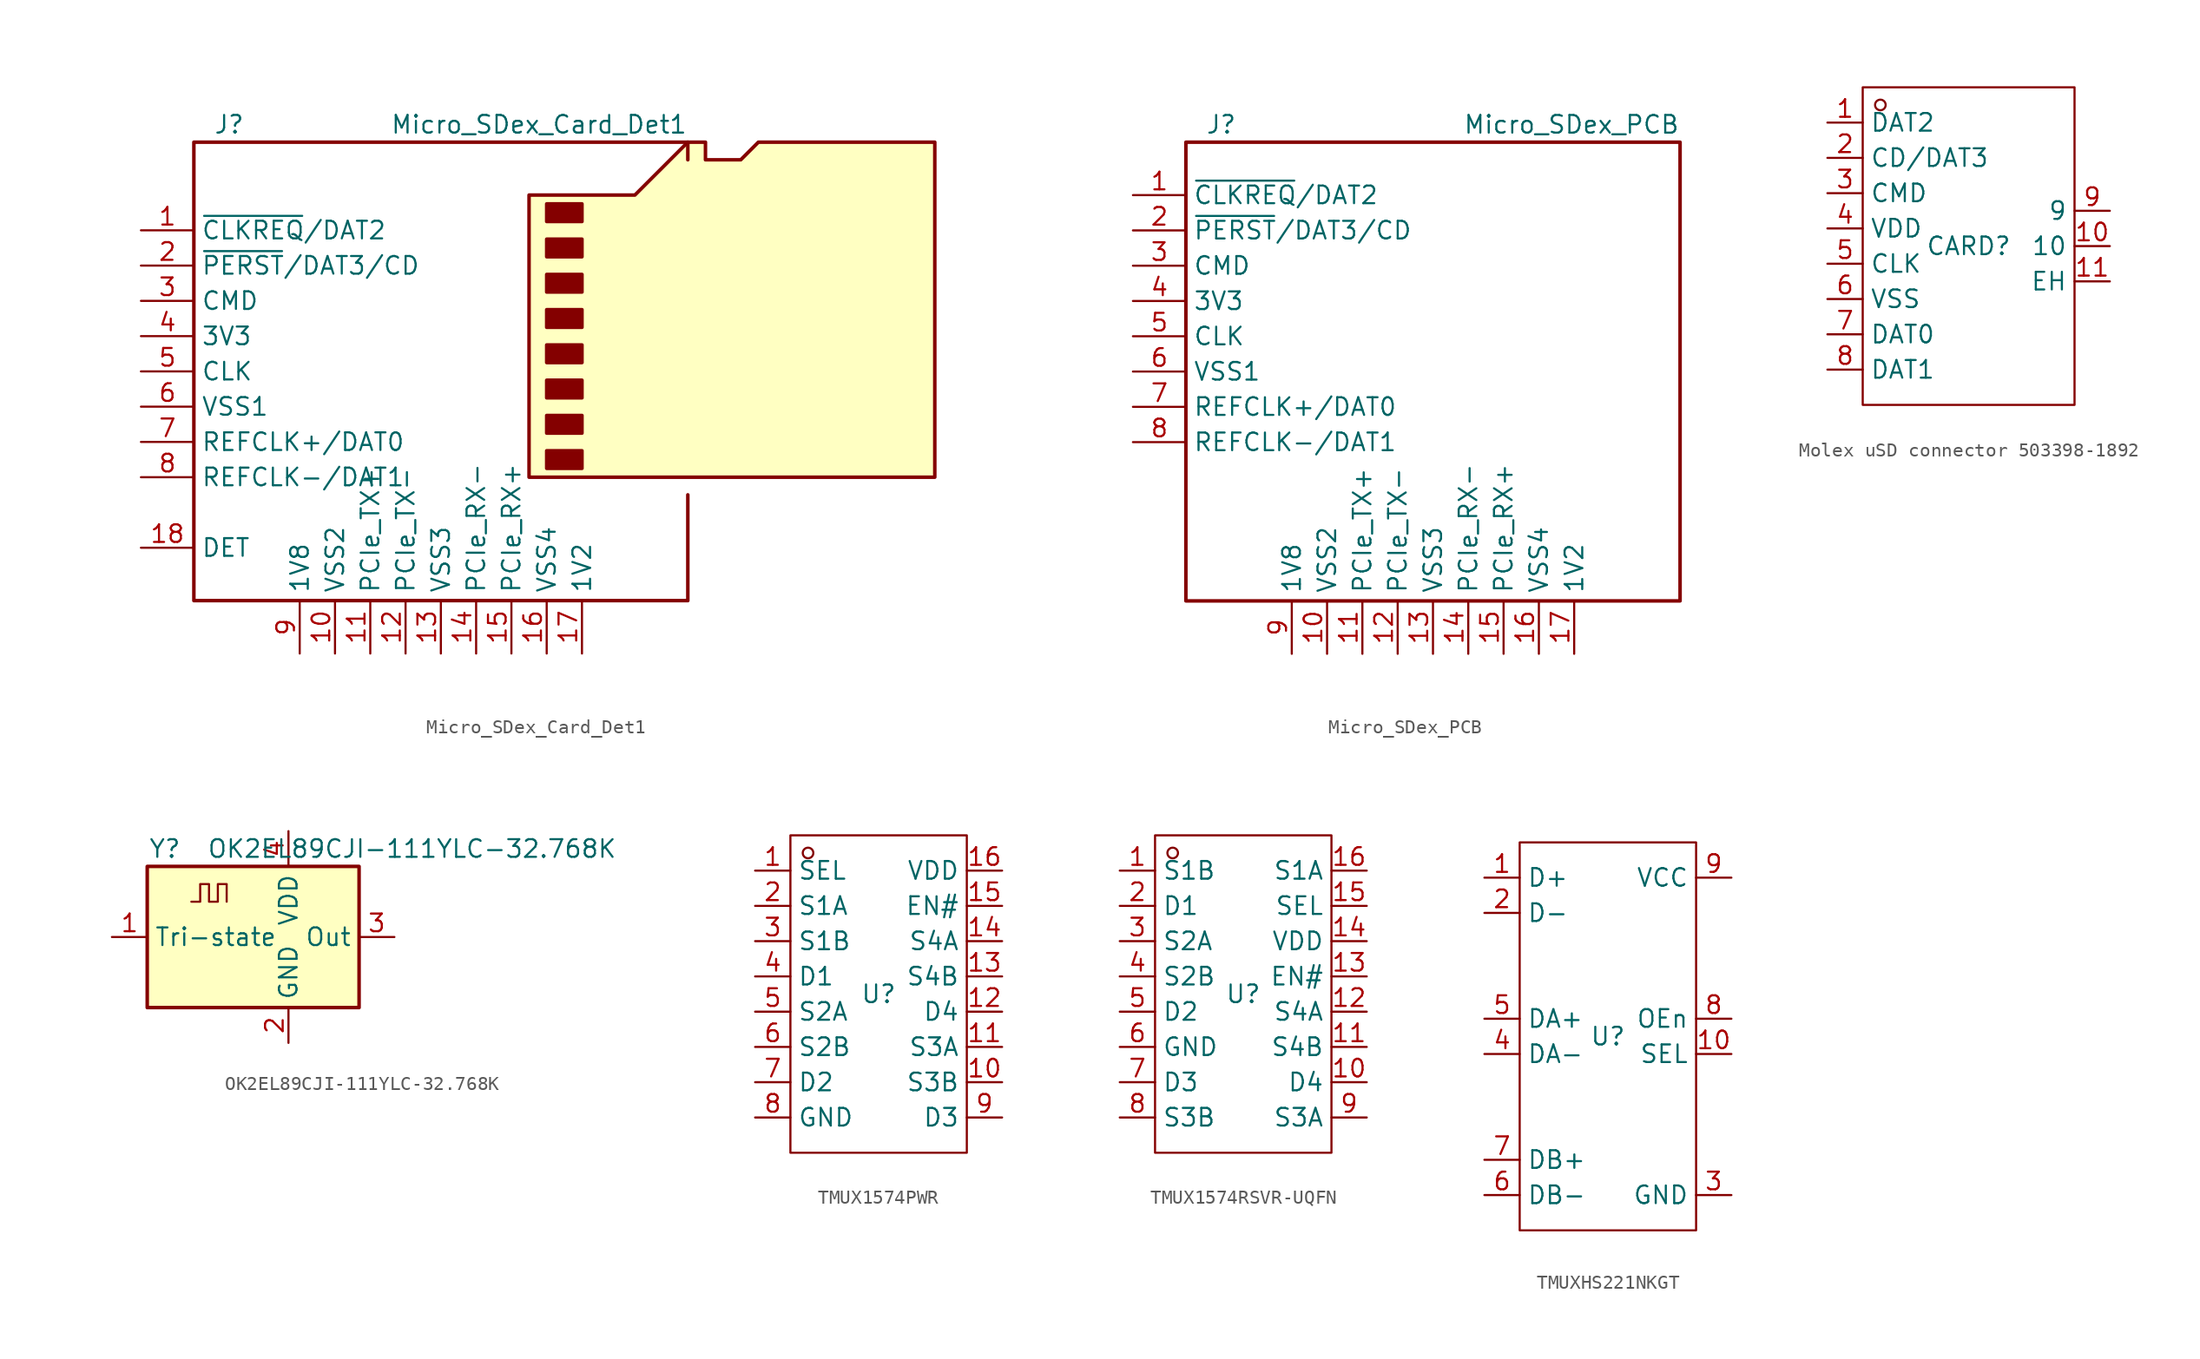
<source format=kicad_sym>
(kicad_symbol_lib
  (version 20241209)
  (generator "kicad_symbol_editor")
  (generator_version "9.0")
  (symbol "Micro_SDex_Card_Det1"
    (property "Reference" "J"
      (at -16.51 17.78 0)
      (effects (font (size 1.27 1.27))))
    (property "Value" "Micro_SDex_Card_Det1"
      (at 16.51 17.78 0)
      (effects (font (size 1.27 1.27)) (justify right)))
    (symbol "Micro_SDex_Card_Det1_0_1"
      (polyline (pts (xy 5.08 -7.62) (xy 5.08 12.7) (xy 12.7 12.7) (xy 16.51 16.51) (xy 17.78 16.51) (xy 17.78 15.24) (xy 20.32 15.24) (xy 21.59 16.51) (xy 34.29 16.51) (xy 34.29 -7.62) (xy 5.08 -7.62)) (stroke (width 0.254) (type default)) (fill (type background)))
      (rectangle (start 6.35 12.065) (end 8.89 10.795) (stroke (width 0.254) (type default)) (fill (type outline)))
      (rectangle (start 6.35 9.525) (end 8.89 8.255) (stroke (width 0.254) (type default)) (fill (type outline)))
      (rectangle (start 6.35 6.985) (end 8.89 5.715) (stroke (width 0.254) (type default)) (fill (type outline)))
      (rectangle (start 6.35 4.445) (end 8.89 3.175) (stroke (width 0.254) (type default)) (fill (type outline)))
      (rectangle (start 6.35 1.905) (end 8.89 0.635) (stroke (width 0.254) (type default)) (fill (type outline)))
      (rectangle (start 6.35 -0.635) (end 8.89 -1.905) (stroke (width 0.254) (type default)) (fill (type outline)))
      (rectangle (start 6.35 -3.175) (end 8.89 -4.445) (stroke (width 0.254) (type default)) (fill (type outline)))
      (rectangle (start 6.35 -5.715) (end 8.89 -6.985) (stroke (width 0.254) (type default)) (fill (type outline)))
      (polyline (pts (xy 16.51 15.24) (xy 16.51 16.51) (xy -19.05 16.51) (xy -19.05 -16.51) (xy 16.51 -16.51) (xy 16.51 -8.89)) (stroke (width 0.254) (type default)) (fill (type none))))
    (symbol "Micro_SDex_Card_Det1_1_1"
      (pin bidirectional line (at -22.86 10.16 0) (length 3.81) (name "~{CLKREQ}/DAT2" (effects (font (size 1.27 1.27)))) (number "1" (effects (font (size 1.27 1.27)))))
      (pin bidirectional line (at -22.86 7.62 0) (length 3.81) (name "~{PERST}/DAT3/CD" (effects (font (size 1.27 1.27)))) (number "2" (effects (font (size 1.27 1.27)))))
      (pin input line (at -22.86 5.08 0) (length 3.81) (name "CMD" (effects (font (size 1.27 1.27)))) (number "3" (effects (font (size 1.27 1.27)))))
      (pin power_in line (at -22.86 2.54 0) (length 3.81) (name "3V3" (effects (font (size 1.27 1.27)))) (number "4" (effects (font (size 1.27 1.27)))))
      (pin input line (at -22.86 0 0) (length 3.81) (name "CLK" (effects (font (size 1.27 1.27)))) (number "5" (effects (font (size 1.27 1.27)))))
      (pin power_in line (at -22.86 -2.54 0) (length 3.81) (name "VSS1" (effects (font (size 1.27 1.27)))) (number "6" (effects (font (size 1.27 1.27)))))
      (pin bidirectional line (at -22.86 -5.08 0) (length 3.81) (name "REFCLK+/DAT0" (effects (font (size 1.27 1.27)))) (number "7" (effects (font (size 1.27 1.27)))))
      (pin bidirectional line (at -22.86 -7.62 0) (length 3.81) (name "REFCLK-/DAT1" (effects (font (size 1.27 1.27)))) (number "8" (effects (font (size 1.27 1.27)))))
      (pin passive line (at -22.86 -12.7 0) (length 3.81) (name "DET" (effects (font (size 1.27 1.27)))) (number "18" (effects (font (size 1.27 1.27)))))
      (pin power_in line (at -11.43 -20.32 90) (length 3.81) (name "1V8" (effects (font (size 1.27 1.27)))) (number "9" (effects (font (size 1.27 1.27)))))
      (pin power_in line (at -8.89 -20.32 90) (length 3.81) (name "VSS2" (effects (font (size 1.27 1.27)))) (number "10" (effects (font (size 1.27 1.27)))))
      (pin input line (at -6.35 -20.32 90) (length 3.81) (name "PCIe_TX+" (effects (font (size 1.27 1.27)))) (number "11" (effects (font (size 1.27 1.27)))))
      (pin input line (at -3.81 -20.32 90) (length 3.81) (name "PCIe_TX-" (effects (font (size 1.27 1.27)))) (number "12" (effects (font (size 1.27 1.27)))))
      (pin power_in line (at -1.27 -20.32 90) (length 3.81) (name "VSS3" (effects (font (size 1.27 1.27)))) (number "13" (effects (font (size 1.27 1.27)))))
      (pin output line (at 1.27 -20.32 90) (length 3.81) (name "PCIe_RX-" (effects (font (size 1.27 1.27)))) (number "14" (effects (font (size 1.27 1.27)))))
      (pin output line (at 3.81 -20.32 90) (length 3.81) (name "PCIe_RX+" (effects (font (size 1.27 1.27)))) (number "15" (effects (font (size 1.27 1.27)))))
      (pin power_in line (at 6.35 -20.32 90) (length 3.81) (name "VSS4" (effects (font (size 1.27 1.27)))) (number "16" (effects (font (size 1.27 1.27)))))
      (pin power_in line (at 8.89 -20.32 90) (length 3.81) (name "1V2" (effects (font (size 1.27 1.27)))) (number "17" (effects (font (size 1.27 1.27)))))))
  (symbol "Micro_SDex_PCB"
    (property "Reference" "J"
      (at -16.51 17.78 0)
      (effects (font (size 1.27 1.27))))
    (property "Value" "Micro_SDex_PCB"
      (at 16.51 17.78 0)
      (effects (font (size 1.27 1.27)) (justify right)))
    (symbol "Micro_SDex_PCB_0_1"
      (polyline (pts (xy 16.51 -8.89) (xy 16.51 16.51) (xy -19.05 16.51) (xy -19.05 -16.51) (xy 16.51 -16.51) (xy 16.51 -8.89)) (stroke (width 0.254) (type default)) (fill (type none))))
    (symbol "Micro_SDex_PCB_1_1"
      (pin bidirectional line (at -22.86 12.7 0) (length 3.81) (name "~{CLKREQ}/DAT2" (effects (font (size 1.27 1.27)))) (number "1" (effects (font (size 1.27 1.27)))))
      (pin bidirectional line (at -22.86 10.16 0) (length 3.81) (name "~{PERST}/DAT3/CD" (effects (font (size 1.27 1.27)))) (number "2" (effects (font (size 1.27 1.27)))))
      (pin output line (at -22.86 7.62 0) (length 3.81) (name "CMD" (effects (font (size 1.27 1.27)))) (number "3" (effects (font (size 1.27 1.27)))))
      (pin power_out line (at -22.86 5.08 0) (length 3.81) (name "3V3" (effects (font (size 1.27 1.27)))) (number "4" (effects (font (size 1.27 1.27)))))
      (pin output line (at -22.86 2.54 0) (length 3.81) (name "CLK" (effects (font (size 1.27 1.27)))) (number "5" (effects (font (size 1.27 1.27)))))
      (pin power_out line (at -22.86 0 0) (length 3.81) (name "VSS1" (effects (font (size 1.27 1.27)))) (number "6" (effects (font (size 1.27 1.27)))))
      (pin bidirectional line (at -22.86 -2.54 0) (length 3.81) (name "REFCLK+/DAT0" (effects (font (size 1.27 1.27)))) (number "7" (effects (font (size 1.27 1.27)))))
      (pin bidirectional line (at -22.86 -5.08 0) (length 3.81) (name "REFCLK-/DAT1" (effects (font (size 1.27 1.27)))) (number "8" (effects (font (size 1.27 1.27)))))
      (pin power_out line (at -11.43 -20.32 90) (length 3.81) (name "1V8" (effects (font (size 1.27 1.27)))) (number "9" (effects (font (size 1.27 1.27)))))
      (pin passive line (at -8.89 -20.32 90) (length 3.81) (name "VSS2" (effects (font (size 1.27 1.27)))) (number "10" (effects (font (size 1.27 1.27)))))
      (pin output line (at -6.35 -20.32 90) (length 3.81) (name "PCIe_TX+" (effects (font (size 1.27 1.27)))) (number "11" (effects (font (size 1.27 1.27)))))
      (pin output line (at -3.81 -20.32 90) (length 3.81) (name "PCIe_TX-" (effects (font (size 1.27 1.27)))) (number "12" (effects (font (size 1.27 1.27)))))
      (pin passive line (at -1.27 -20.32 90) (length 3.81) (name "VSS3" (effects (font (size 1.27 1.27)))) (number "13" (effects (font (size 1.27 1.27)))))
      (pin input line (at 1.27 -20.32 90) (length 3.81) (name "PCIe_RX-" (effects (font (size 1.27 1.27)))) (number "14" (effects (font (size 1.27 1.27)))))
      (pin input line (at 3.81 -20.32 90) (length 3.81) (name "PCIe_RX+" (effects (font (size 1.27 1.27)))) (number "15" (effects (font (size 1.27 1.27)))))
      (pin passive line (at 6.35 -20.32 90) (length 3.81) (name "VSS4" (effects (font (size 1.27 1.27)))) (number "16" (effects (font (size 1.27 1.27)))))
      (pin power_out line (at 8.89 -20.32 90) (length 3.81) (name "1V2" (effects (font (size 1.27 1.27)))) (number "17" (effects (font (size 1.27 1.27)))))))
  (symbol "Molex uSD connector 503398-1892"
    (property "Reference" "CARD"
      (at 0 0 0)
      (effects (font (size 1.27 1.27))))
    (property "Value" ""
      (at 0 0 0)
      (effects (font (size 1.27 1.27))))
    (symbol "Molex uSD connector 503398-1892_1_0"
      (rectangle (start -7.62 -11.43) (end 7.62 11.43) (stroke (width 0) (type default)) (fill (type none)))
      (circle (center -6.35 10.16) (radius 0.381) (stroke (width 0) (type default)) (fill (type none)))
      (pin bidirectional line (at -10.16 8.89 0) (length 2.54) (name "DAT2" (effects (font (size 1.27 1.27)))) (number "1" (effects (font (size 1.27 1.27)))))
      (pin bidirectional line (at -10.16 6.35 0) (length 2.54) (name "CD/DAT3" (effects (font (size 1.27 1.27)))) (number "2" (effects (font (size 1.27 1.27)))))
      (pin input line (at -10.16 3.81 0) (length 2.54) (name "CMD" (effects (font (size 1.27 1.27)))) (number "3" (effects (font (size 1.27 1.27)))))
      (pin power_in line (at -10.16 1.27 0) (length 2.54) (name "VDD" (effects (font (size 1.27 1.27)))) (number "4" (effects (font (size 1.27 1.27)))))
      (pin input line (at -10.16 -1.27 0) (length 2.54) (name "CLK" (effects (font (size 1.27 1.27)))) (number "5" (effects (font (size 1.27 1.27)))))
      (pin power_in line (at -10.16 -3.81 0) (length 2.54) (name "VSS" (effects (font (size 1.27 1.27)))) (number "6" (effects (font (size 1.27 1.27)))))
      (pin bidirectional line (at -10.16 -6.35 0) (length 2.54) (name "DAT0" (effects (font (size 1.27 1.27)))) (number "7" (effects (font (size 1.27 1.27)))))
      (pin bidirectional line (at -10.16 -8.89 0) (length 2.54) (name "DAT1" (effects (font (size 1.27 1.27)))) (number "8" (effects (font (size 1.27 1.27)))))
      (pin passive line (at 10.16 2.54 180) (length 2.54) (name "9" (effects (font (size 1.27 1.27)))) (number "9" (effects (font (size 1.27 1.27)))))
      (pin passive line (at 10.16 0 180) (length 2.54) (name "10" (effects (font (size 1.27 1.27)))) (number "10" (effects (font (size 1.27 1.27)))))
      (pin passive line (at 10.16 -2.54 180) (length 2.54) (name "EH" (effects (font (size 1.27 1.27)))) (number "11" (effects (font (size 1.27 1.27)))))))
  (symbol "OK2EL89CJI-111YLC-32.768K"
    (property "Reference" "Y"
      (at -6.35 6.35 0)
      (effects (font (size 1.27 1.27))))
    (property "Value" "OK2EL89CJI-111YLC-32.768K"
      (at 11.43 6.35 0)
      (effects (font (size 1.27 1.27))))
    (symbol "OK2EL89CJI-111YLC-32.768K_1_1"
      (rectangle (start -7.62 5.08) (end 7.62 -5.08) (stroke (width 0.254) (type default)) (fill (type background)))
      (polyline (pts (xy -4.445 2.54) (xy -3.81 2.54) (xy -3.81 3.81) (xy -3.175 3.81) (xy -3.175 2.54) (xy -2.54 2.54) (xy -2.54 3.81) (xy -1.905 3.81) (xy -1.905 2.54)) (stroke (width 0) (type default)) (fill (type none)))
      (pin input line (at -10.16 0 0) (length 2.54) (name "Tri-state" (effects (font (size 1.27 1.27)))) (number "1" (effects (font (size 1.27 1.27)))))
      (pin power_in line (at 2.54 7.62 270) (length 2.54) (name "VDD" (effects (font (size 1.27 1.27)))) (number "4" (effects (font (size 1.27 1.27)))))
      (pin power_in line (at 2.54 -7.62 90) (length 2.54) (name "GND" (effects (font (size 1.27 1.27)))) (number "2" (effects (font (size 1.27 1.27)))))
      (pin output line (at 10.16 0 180) (length 2.54) (name "Out" (effects (font (size 1.27 1.27)))) (number "3" (effects (font (size 1.27 1.27)))))))
  (symbol "TMUX1574PWR"
    (property "Reference" "U"
      (at 0 0 0)
      (effects (font (size 1.27 1.27))))
    (property "Value" ""
      (at 0 0 0)
      (effects (font (size 1.27 1.27))))
    (symbol "TMUX1574PWR_1_0"
      (rectangle (start -6.35 -11.43) (end 6.35 11.43) (stroke (width 0) (type default)) (fill (type none)))
      (circle (center -5.08 10.16) (radius 0.381) (stroke (width 0) (type default)) (fill (type none)))
      (pin input line (at -8.89 8.89 0) (length 2.54) (name "SEL" (effects (font (size 1.27 1.27)))) (number "1" (effects (font (size 1.27 1.27)))))
      (pin bidirectional line (at -8.89 6.35 0) (length 2.54) (name "S1A" (effects (font (size 1.27 1.27)))) (number "2" (effects (font (size 1.27 1.27)))))
      (pin bidirectional line (at -8.89 3.81 0) (length 2.54) (name "S1B" (effects (font (size 1.27 1.27)))) (number "3" (effects (font (size 1.27 1.27)))))
      (pin bidirectional line (at -8.89 1.27 0) (length 2.54) (name "D1" (effects (font (size 1.27 1.27)))) (number "4" (effects (font (size 1.27 1.27)))))
      (pin bidirectional line (at -8.89 -1.27 0) (length 2.54) (name "S2A" (effects (font (size 1.27 1.27)))) (number "5" (effects (font (size 1.27 1.27)))))
      (pin bidirectional line (at -8.89 -3.81 0) (length 2.54) (name "S2B" (effects (font (size 1.27 1.27)))) (number "6" (effects (font (size 1.27 1.27)))))
      (pin bidirectional line (at -8.89 -6.35 0) (length 2.54) (name "D2" (effects (font (size 1.27 1.27)))) (number "7" (effects (font (size 1.27 1.27)))))
      (pin power_in line (at -8.89 -8.89 0) (length 2.54) (name "GND" (effects (font (size 1.27 1.27)))) (number "8" (effects (font (size 1.27 1.27)))))
      (pin power_in line (at 8.89 8.89 180) (length 2.54) (name "VDD" (effects (font (size 1.27 1.27)))) (number "16" (effects (font (size 1.27 1.27)))))
      (pin input line (at 8.89 6.35 180) (length 2.54) (name "EN#" (effects (font (size 1.27 1.27)))) (number "15" (effects (font (size 1.27 1.27)))))
      (pin bidirectional line (at 8.89 3.81 180) (length 2.54) (name "S4A" (effects (font (size 1.27 1.27)))) (number "14" (effects (font (size 1.27 1.27)))))
      (pin bidirectional line (at 8.89 1.27 180) (length 2.54) (name "S4B" (effects (font (size 1.27 1.27)))) (number "13" (effects (font (size 1.27 1.27)))))
      (pin bidirectional line (at 8.89 -1.27 180) (length 2.54) (name "D4" (effects (font (size 1.27 1.27)))) (number "12" (effects (font (size 1.27 1.27)))))
      (pin bidirectional line (at 8.89 -3.81 180) (length 2.54) (name "S3A" (effects (font (size 1.27 1.27)))) (number "11" (effects (font (size 1.27 1.27)))))
      (pin bidirectional line (at 8.89 -6.35 180) (length 2.54) (name "S3B" (effects (font (size 1.27 1.27)))) (number "10" (effects (font (size 1.27 1.27)))))
      (pin bidirectional line (at 8.89 -8.89 180) (length 2.54) (name "D3" (effects (font (size 1.27 1.27)))) (number "9" (effects (font (size 1.27 1.27)))))))
  (symbol "TMUX1574RSVR-UQFN"
    (property "Reference" "U"
      (at 0 0 0)
      (effects (font (size 1.27 1.27))))
    (property "Value" ""
      (at 0 0 0)
      (effects (font (size 1.27 1.27))))
    (symbol "TMUX1574RSVR-UQFN_1_0"
      (rectangle (start -6.35 -11.43) (end 6.35 11.43) (stroke (width 0) (type default)) (fill (type none)))
      (circle (center -5.08 10.16) (radius 0.381) (stroke (width 0) (type default)) (fill (type none)))
      (pin bidirectional line (at -8.89 8.89 0) (length 2.54) (name "S1B" (effects (font (size 1.27 1.27)))) (number "1" (effects (font (size 1.27 1.27)))))
      (pin bidirectional line (at -8.89 6.35 0) (length 2.54) (name "D1" (effects (font (size 1.27 1.27)))) (number "2" (effects (font (size 1.27 1.27)))))
      (pin bidirectional line (at -8.89 3.81 0) (length 2.54) (name "S2A" (effects (font (size 1.27 1.27)))) (number "3" (effects (font (size 1.27 1.27)))))
      (pin bidirectional line (at -8.89 1.27 0) (length 2.54) (name "S2B" (effects (font (size 1.27 1.27)))) (number "4" (effects (font (size 1.27 1.27)))))
      (pin bidirectional line (at -8.89 -1.27 0) (length 2.54) (name "D2" (effects (font (size 1.27 1.27)))) (number "5" (effects (font (size 1.27 1.27)))))
      (pin power_in line (at -8.89 -3.81 0) (length 2.54) (name "GND" (effects (font (size 1.27 1.27)))) (number "6" (effects (font (size 1.27 1.27)))))
      (pin bidirectional line (at -8.89 -6.35 0) (length 2.54) (name "D3" (effects (font (size 1.27 1.27)))) (number "7" (effects (font (size 1.27 1.27)))))
      (pin bidirectional line (at -8.89 -8.89 0) (length 2.54) (name "S3B" (effects (font (size 1.27 1.27)))) (number "8" (effects (font (size 1.27 1.27)))))
      (pin bidirectional line (at 8.89 8.89 180) (length 2.54) (name "S1A" (effects (font (size 1.27 1.27)))) (number "16" (effects (font (size 1.27 1.27)))))
      (pin input line (at 8.89 6.35 180) (length 2.54) (name "SEL" (effects (font (size 1.27 1.27)))) (number "15" (effects (font (size 1.27 1.27)))))
      (pin power_in line (at 8.89 3.81 180) (length 2.54) (name "VDD" (effects (font (size 1.27 1.27)))) (number "14" (effects (font (size 1.27 1.27)))))
      (pin input line (at 8.89 1.27 180) (length 2.54) (name "EN#" (effects (font (size 1.27 1.27)))) (number "13" (effects (font (size 1.27 1.27)))))
      (pin bidirectional line (at 8.89 -1.27 180) (length 2.54) (name "S4A" (effects (font (size 1.27 1.27)))) (number "12" (effects (font (size 1.27 1.27)))))
      (pin bidirectional line (at 8.89 -3.81 180) (length 2.54) (name "S4B" (effects (font (size 1.27 1.27)))) (number "11" (effects (font (size 1.27 1.27)))))
      (pin bidirectional line (at 8.89 -6.35 180) (length 2.54) (name "D4" (effects (font (size 1.27 1.27)))) (number "10" (effects (font (size 1.27 1.27)))))
      (pin bidirectional line (at 8.89 -8.89 180) (length 2.54) (name "S3A" (effects (font (size 1.27 1.27)))) (number "9" (effects (font (size 1.27 1.27)))))))
  (symbol "TMUXHS221NKGT"
    (property "Reference" "U"
      (at 0 0 0)
      (effects (font (size 1.27 1.27))))
    (property "Value" ""
      (at 0 0 0)
      (effects (font (size 1.27 1.27))))
    (symbol "TMUXHS221NKGT_1_0"
      (rectangle (start -6.35 13.97) (end 6.35 -13.97) (stroke (width 0) (type default)) (fill (type none)))
      (pin bidirectional line (at -8.89 11.43 0) (length 2.54) (name "D+" (effects (font (size 1.27 1.27)))) (number "1" (effects (font (size 1.27 1.27)))))
      (pin bidirectional line (at -8.89 8.89 0) (length 2.54) (name "D-" (effects (font (size 1.27 1.27)))) (number "2" (effects (font (size 1.27 1.27)))))
      (pin bidirectional line (at -8.89 1.27 0) (length 2.54) (name "DA+" (effects (font (size 1.27 1.27)))) (number "5" (effects (font (size 1.27 1.27)))))
      (pin bidirectional line (at -8.89 -1.27 0) (length 2.54) (name "DA-" (effects (font (size 1.27 1.27)))) (number "4" (effects (font (size 1.27 1.27)))))
      (pin bidirectional line (at -8.89 -8.89 0) (length 2.54) (name "DB+" (effects (font (size 1.27 1.27)))) (number "7" (effects (font (size 1.27 1.27)))))
      (pin bidirectional line (at -8.89 -11.43 0) (length 2.54) (name "DB-" (effects (font (size 1.27 1.27)))) (number "6" (effects (font (size 1.27 1.27)))))
      (pin power_in line (at 8.89 11.43 180) (length 2.54) (name "VCC" (effects (font (size 1.27 1.27)))) (number "9" (effects (font (size 1.27 1.27)))))
      (pin input line (at 8.89 1.27 180) (length 2.54) (name "OEn" (effects (font (size 1.27 1.27)))) (number "8" (effects (font (size 1.27 1.27)))))
      (pin input line (at 8.89 -1.27 180) (length 2.54) (name "SEL" (effects (font (size 1.27 1.27)))) (number "10" (effects (font (size 1.27 1.27)))))
      (pin power_in line (at 8.89 -11.43 180) (length 2.54) (name "GND" (effects (font (size 1.27 1.27)))) (number "3" (effects (font (size 1.27 1.27))))))))
</source>
